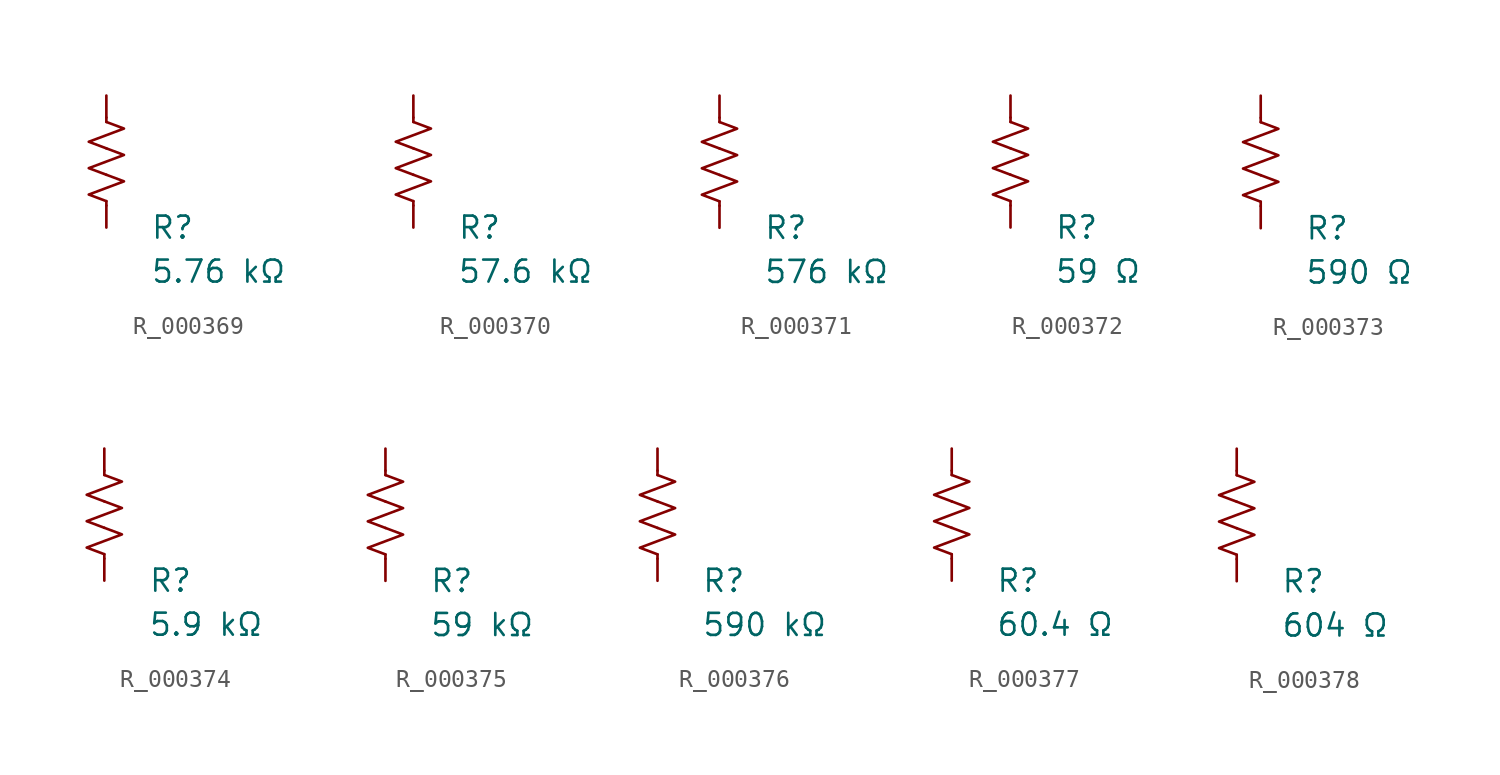
<source format=kicad_sym>
(kicad_symbol_lib
  (version 20231120)
  (generator "kicad_symbol_editor")
  (generator_version "8.0")
  (symbol "R_000369"
    (pin_numbers hide)
    (pin_names
      (offset 0))
    (property "Reference" "R"
      (at 2.54 -3.81 0)
      (effects (font (size 1.27 1.27)) (justify left))
      (show_name no))
    (property "Value" "5.76 kΩ"
      (at 2.54 -6.35 0)
      (effects (font (size 1.27 1.27)) (justify left))
      (show_name no))
    (symbol "R_000369_0_1"
      (polyline (pts (xy 0 -2.286) (xy 0 -2.54)) (stroke (width 0) (type default)) (fill (type none)))
      (polyline (pts (xy 0 2.286) (xy 0 2.54)) (stroke (width 0) (type default)) (fill (type none)))
      (polyline (pts (xy 0 -0.762) (xy 1.016 -1.143) (xy 0 -1.524) (xy -1.016 -1.905) (xy 0 -2.286)) (stroke (width 0) (type default)) (fill (type none)))
      (polyline (pts (xy 0 0.762) (xy 1.016 0.381) (xy 0 0) (xy -1.016 -0.381) (xy 0 -0.762)) (stroke (width 0) (type default)) (fill (type none)))
      (polyline (pts (xy 0 2.286) (xy 1.016 1.905) (xy 0 1.524) (xy -1.016 1.143) (xy 0 0.762)) (stroke (width 0) (type default)) (fill (type none))))
    (symbol "R_000369_1_1"
      (pin passive line (at 0 3.81 270) (length 1.27) (name "~" (effects (font (size 1.27 1.27)))) (number "1" (effects (font (size 1.27 1.27)))))
      (pin passive line (at 0 -3.81 90) (length 1.27) (name "~" (effects (font (size 1.27 1.27)))) (number "2" (effects (font (size 1.27 1.27)))))))
  (symbol "R_000370"
    (pin_numbers hide)
    (pin_names
      (offset 0))
    (property "Reference" "R"
      (at 2.54 -3.81 0)
      (effects (font (size 1.27 1.27)) (justify left))
      (show_name no))
    (property "Value" "57.6 kΩ"
      (at 2.54 -6.35 0)
      (effects (font (size 1.27 1.27)) (justify left))
      (show_name no))
    (symbol "R_000370_0_1"
      (polyline (pts (xy 0 -2.286) (xy 0 -2.54)) (stroke (width 0) (type default)) (fill (type none)))
      (polyline (pts (xy 0 2.286) (xy 0 2.54)) (stroke (width 0) (type default)) (fill (type none)))
      (polyline (pts (xy 0 -0.762) (xy 1.016 -1.143) (xy 0 -1.524) (xy -1.016 -1.905) (xy 0 -2.286)) (stroke (width 0) (type default)) (fill (type none)))
      (polyline (pts (xy 0 0.762) (xy 1.016 0.381) (xy 0 0) (xy -1.016 -0.381) (xy 0 -0.762)) (stroke (width 0) (type default)) (fill (type none)))
      (polyline (pts (xy 0 2.286) (xy 1.016 1.905) (xy 0 1.524) (xy -1.016 1.143) (xy 0 0.762)) (stroke (width 0) (type default)) (fill (type none))))
    (symbol "R_000370_1_1"
      (pin passive line (at 0 3.81 270) (length 1.27) (name "~" (effects (font (size 1.27 1.27)))) (number "1" (effects (font (size 1.27 1.27)))))
      (pin passive line (at 0 -3.81 90) (length 1.27) (name "~" (effects (font (size 1.27 1.27)))) (number "2" (effects (font (size 1.27 1.27)))))))
  (symbol "R_000371"
    (pin_numbers hide)
    (pin_names
      (offset 0))
    (property "Reference" "R"
      (at 2.54 -3.81 0)
      (effects (font (size 1.27 1.27)) (justify left))
      (show_name no))
    (property "Value" "576 kΩ"
      (at 2.54 -6.35 0)
      (effects (font (size 1.27 1.27)) (justify left))
      (show_name no))
    (symbol "R_000371_0_1"
      (polyline (pts (xy 0 -2.286) (xy 0 -2.54)) (stroke (width 0) (type default)) (fill (type none)))
      (polyline (pts (xy 0 2.286) (xy 0 2.54)) (stroke (width 0) (type default)) (fill (type none)))
      (polyline (pts (xy 0 -0.762) (xy 1.016 -1.143) (xy 0 -1.524) (xy -1.016 -1.905) (xy 0 -2.286)) (stroke (width 0) (type default)) (fill (type none)))
      (polyline (pts (xy 0 0.762) (xy 1.016 0.381) (xy 0 0) (xy -1.016 -0.381) (xy 0 -0.762)) (stroke (width 0) (type default)) (fill (type none)))
      (polyline (pts (xy 0 2.286) (xy 1.016 1.905) (xy 0 1.524) (xy -1.016 1.143) (xy 0 0.762)) (stroke (width 0) (type default)) (fill (type none))))
    (symbol "R_000371_1_1"
      (pin passive line (at 0 3.81 270) (length 1.27) (name "~" (effects (font (size 1.27 1.27)))) (number "1" (effects (font (size 1.27 1.27)))))
      (pin passive line (at 0 -3.81 90) (length 1.27) (name "~" (effects (font (size 1.27 1.27)))) (number "2" (effects (font (size 1.27 1.27)))))))
  (symbol "R_000372"
    (pin_numbers hide)
    (pin_names
      (offset 0))
    (property "Reference" "R"
      (at 2.54 -3.81 0)
      (effects (font (size 1.27 1.27)) (justify left))
      (show_name no))
    (property "Value" "59 Ω"
      (at 2.54 -6.35 0)
      (effects (font (size 1.27 1.27)) (justify left))
      (show_name no))
    (symbol "R_000372_0_1"
      (polyline (pts (xy 0 -2.286) (xy 0 -2.54)) (stroke (width 0) (type default)) (fill (type none)))
      (polyline (pts (xy 0 2.286) (xy 0 2.54)) (stroke (width 0) (type default)) (fill (type none)))
      (polyline (pts (xy 0 -0.762) (xy 1.016 -1.143) (xy 0 -1.524) (xy -1.016 -1.905) (xy 0 -2.286)) (stroke (width 0) (type default)) (fill (type none)))
      (polyline (pts (xy 0 0.762) (xy 1.016 0.381) (xy 0 0) (xy -1.016 -0.381) (xy 0 -0.762)) (stroke (width 0) (type default)) (fill (type none)))
      (polyline (pts (xy 0 2.286) (xy 1.016 1.905) (xy 0 1.524) (xy -1.016 1.143) (xy 0 0.762)) (stroke (width 0) (type default)) (fill (type none))))
    (symbol "R_000372_1_1"
      (pin passive line (at 0 3.81 270) (length 1.27) (name "~" (effects (font (size 1.27 1.27)))) (number "1" (effects (font (size 1.27 1.27)))))
      (pin passive line (at 0 -3.81 90) (length 1.27) (name "~" (effects (font (size 1.27 1.27)))) (number "2" (effects (font (size 1.27 1.27)))))))
  (symbol "R_000373"
    (pin_numbers hide)
    (pin_names
      (offset 0))
    (property "Reference" "R"
      (at 2.54 -3.81 0)
      (effects (font (size 1.27 1.27)) (justify left))
      (show_name no))
    (property "Value" "590 Ω"
      (at 2.54 -6.35 0)
      (effects (font (size 1.27 1.27)) (justify left))
      (show_name no))
    (symbol "R_000373_0_1"
      (polyline (pts (xy 0 -2.286) (xy 0 -2.54)) (stroke (width 0) (type default)) (fill (type none)))
      (polyline (pts (xy 0 2.286) (xy 0 2.54)) (stroke (width 0) (type default)) (fill (type none)))
      (polyline (pts (xy 0 -0.762) (xy 1.016 -1.143) (xy 0 -1.524) (xy -1.016 -1.905) (xy 0 -2.286)) (stroke (width 0) (type default)) (fill (type none)))
      (polyline (pts (xy 0 0.762) (xy 1.016 0.381) (xy 0 0) (xy -1.016 -0.381) (xy 0 -0.762)) (stroke (width 0) (type default)) (fill (type none)))
      (polyline (pts (xy 0 2.286) (xy 1.016 1.905) (xy 0 1.524) (xy -1.016 1.143) (xy 0 0.762)) (stroke (width 0) (type default)) (fill (type none))))
    (symbol "R_000373_1_1"
      (pin passive line (at 0 3.81 270) (length 1.27) (name "~" (effects (font (size 1.27 1.27)))) (number "1" (effects (font (size 1.27 1.27)))))
      (pin passive line (at 0 -3.81 90) (length 1.27) (name "~" (effects (font (size 1.27 1.27)))) (number "2" (effects (font (size 1.27 1.27)))))))
  (symbol "R_000374"
    (pin_numbers hide)
    (pin_names
      (offset 0))
    (property "Reference" "R"
      (at 2.54 -3.81 0)
      (effects (font (size 1.27 1.27)) (justify left))
      (show_name no))
    (property "Value" "5.9 kΩ"
      (at 2.54 -6.35 0)
      (effects (font (size 1.27 1.27)) (justify left))
      (show_name no))
    (symbol "R_000374_0_1"
      (polyline (pts (xy 0 -2.286) (xy 0 -2.54)) (stroke (width 0) (type default)) (fill (type none)))
      (polyline (pts (xy 0 2.286) (xy 0 2.54)) (stroke (width 0) (type default)) (fill (type none)))
      (polyline (pts (xy 0 -0.762) (xy 1.016 -1.143) (xy 0 -1.524) (xy -1.016 -1.905) (xy 0 -2.286)) (stroke (width 0) (type default)) (fill (type none)))
      (polyline (pts (xy 0 0.762) (xy 1.016 0.381) (xy 0 0) (xy -1.016 -0.381) (xy 0 -0.762)) (stroke (width 0) (type default)) (fill (type none)))
      (polyline (pts (xy 0 2.286) (xy 1.016 1.905) (xy 0 1.524) (xy -1.016 1.143) (xy 0 0.762)) (stroke (width 0) (type default)) (fill (type none))))
    (symbol "R_000374_1_1"
      (pin passive line (at 0 3.81 270) (length 1.27) (name "~" (effects (font (size 1.27 1.27)))) (number "1" (effects (font (size 1.27 1.27)))))
      (pin passive line (at 0 -3.81 90) (length 1.27) (name "~" (effects (font (size 1.27 1.27)))) (number "2" (effects (font (size 1.27 1.27)))))))
  (symbol "R_000375"
    (pin_numbers hide)
    (pin_names
      (offset 0))
    (property "Reference" "R"
      (at 2.54 -3.81 0)
      (effects (font (size 1.27 1.27)) (justify left))
      (show_name no))
    (property "Value" "59 kΩ"
      (at 2.54 -6.35 0)
      (effects (font (size 1.27 1.27)) (justify left))
      (show_name no))
    (symbol "R_000375_0_1"
      (polyline (pts (xy 0 -2.286) (xy 0 -2.54)) (stroke (width 0) (type default)) (fill (type none)))
      (polyline (pts (xy 0 2.286) (xy 0 2.54)) (stroke (width 0) (type default)) (fill (type none)))
      (polyline (pts (xy 0 -0.762) (xy 1.016 -1.143) (xy 0 -1.524) (xy -1.016 -1.905) (xy 0 -2.286)) (stroke (width 0) (type default)) (fill (type none)))
      (polyline (pts (xy 0 0.762) (xy 1.016 0.381) (xy 0 0) (xy -1.016 -0.381) (xy 0 -0.762)) (stroke (width 0) (type default)) (fill (type none)))
      (polyline (pts (xy 0 2.286) (xy 1.016 1.905) (xy 0 1.524) (xy -1.016 1.143) (xy 0 0.762)) (stroke (width 0) (type default)) (fill (type none))))
    (symbol "R_000375_1_1"
      (pin passive line (at 0 3.81 270) (length 1.27) (name "~" (effects (font (size 1.27 1.27)))) (number "1" (effects (font (size 1.27 1.27)))))
      (pin passive line (at 0 -3.81 90) (length 1.27) (name "~" (effects (font (size 1.27 1.27)))) (number "2" (effects (font (size 1.27 1.27)))))))
  (symbol "R_000376"
    (pin_numbers hide)
    (pin_names
      (offset 0))
    (property "Reference" "R"
      (at 2.54 -3.81 0)
      (effects (font (size 1.27 1.27)) (justify left))
      (show_name no))
    (property "Value" "590 kΩ"
      (at 2.54 -6.35 0)
      (effects (font (size 1.27 1.27)) (justify left))
      (show_name no))
    (symbol "R_000376_0_1"
      (polyline (pts (xy 0 -2.286) (xy 0 -2.54)) (stroke (width 0) (type default)) (fill (type none)))
      (polyline (pts (xy 0 2.286) (xy 0 2.54)) (stroke (width 0) (type default)) (fill (type none)))
      (polyline (pts (xy 0 -0.762) (xy 1.016 -1.143) (xy 0 -1.524) (xy -1.016 -1.905) (xy 0 -2.286)) (stroke (width 0) (type default)) (fill (type none)))
      (polyline (pts (xy 0 0.762) (xy 1.016 0.381) (xy 0 0) (xy -1.016 -0.381) (xy 0 -0.762)) (stroke (width 0) (type default)) (fill (type none)))
      (polyline (pts (xy 0 2.286) (xy 1.016 1.905) (xy 0 1.524) (xy -1.016 1.143) (xy 0 0.762)) (stroke (width 0) (type default)) (fill (type none))))
    (symbol "R_000376_1_1"
      (pin passive line (at 0 3.81 270) (length 1.27) (name "~" (effects (font (size 1.27 1.27)))) (number "1" (effects (font (size 1.27 1.27)))))
      (pin passive line (at 0 -3.81 90) (length 1.27) (name "~" (effects (font (size 1.27 1.27)))) (number "2" (effects (font (size 1.27 1.27)))))))
  (symbol "R_000377"
    (pin_numbers hide)
    (pin_names
      (offset 0))
    (property "Reference" "R"
      (at 2.54 -3.81 0)
      (effects (font (size 1.27 1.27)) (justify left))
      (show_name no))
    (property "Value" "60.4 Ω"
      (at 2.54 -6.35 0)
      (effects (font (size 1.27 1.27)) (justify left))
      (show_name no))
    (symbol "R_000377_0_1"
      (polyline (pts (xy 0 -2.286) (xy 0 -2.54)) (stroke (width 0) (type default)) (fill (type none)))
      (polyline (pts (xy 0 2.286) (xy 0 2.54)) (stroke (width 0) (type default)) (fill (type none)))
      (polyline (pts (xy 0 -0.762) (xy 1.016 -1.143) (xy 0 -1.524) (xy -1.016 -1.905) (xy 0 -2.286)) (stroke (width 0) (type default)) (fill (type none)))
      (polyline (pts (xy 0 0.762) (xy 1.016 0.381) (xy 0 0) (xy -1.016 -0.381) (xy 0 -0.762)) (stroke (width 0) (type default)) (fill (type none)))
      (polyline (pts (xy 0 2.286) (xy 1.016 1.905) (xy 0 1.524) (xy -1.016 1.143) (xy 0 0.762)) (stroke (width 0) (type default)) (fill (type none))))
    (symbol "R_000377_1_1"
      (pin passive line (at 0 3.81 270) (length 1.27) (name "~" (effects (font (size 1.27 1.27)))) (number "1" (effects (font (size 1.27 1.27)))))
      (pin passive line (at 0 -3.81 90) (length 1.27) (name "~" (effects (font (size 1.27 1.27)))) (number "2" (effects (font (size 1.27 1.27)))))))
  (symbol "R_000378"
    (pin_numbers hide)
    (pin_names
      (offset 0))
    (property "Reference" "R"
      (at 2.54 -3.81 0)
      (effects (font (size 1.27 1.27)) (justify left))
      (show_name no))
    (property "Value" "604 Ω"
      (at 2.54 -6.35 0)
      (effects (font (size 1.27 1.27)) (justify left))
      (show_name no))
    (symbol "R_000378_0_1"
      (polyline (pts (xy 0 -2.286) (xy 0 -2.54)) (stroke (width 0) (type default)) (fill (type none)))
      (polyline (pts (xy 0 2.286) (xy 0 2.54)) (stroke (width 0) (type default)) (fill (type none)))
      (polyline (pts (xy 0 -0.762) (xy 1.016 -1.143) (xy 0 -1.524) (xy -1.016 -1.905) (xy 0 -2.286)) (stroke (width 0) (type default)) (fill (type none)))
      (polyline (pts (xy 0 0.762) (xy 1.016 0.381) (xy 0 0) (xy -1.016 -0.381) (xy 0 -0.762)) (stroke (width 0) (type default)) (fill (type none)))
      (polyline (pts (xy 0 2.286) (xy 1.016 1.905) (xy 0 1.524) (xy -1.016 1.143) (xy 0 0.762)) (stroke (width 0) (type default)) (fill (type none))))
    (symbol "R_000378_1_1"
      (pin passive line (at 0 3.81 270) (length 1.27) (name "~" (effects (font (size 1.27 1.27)))) (number "1" (effects (font (size 1.27 1.27)))))
      (pin passive line (at 0 -3.81 90) (length 1.27) (name "~" (effects (font (size 1.27 1.27)))) (number "2" (effects (font (size 1.27 1.27))))))))
</source>
